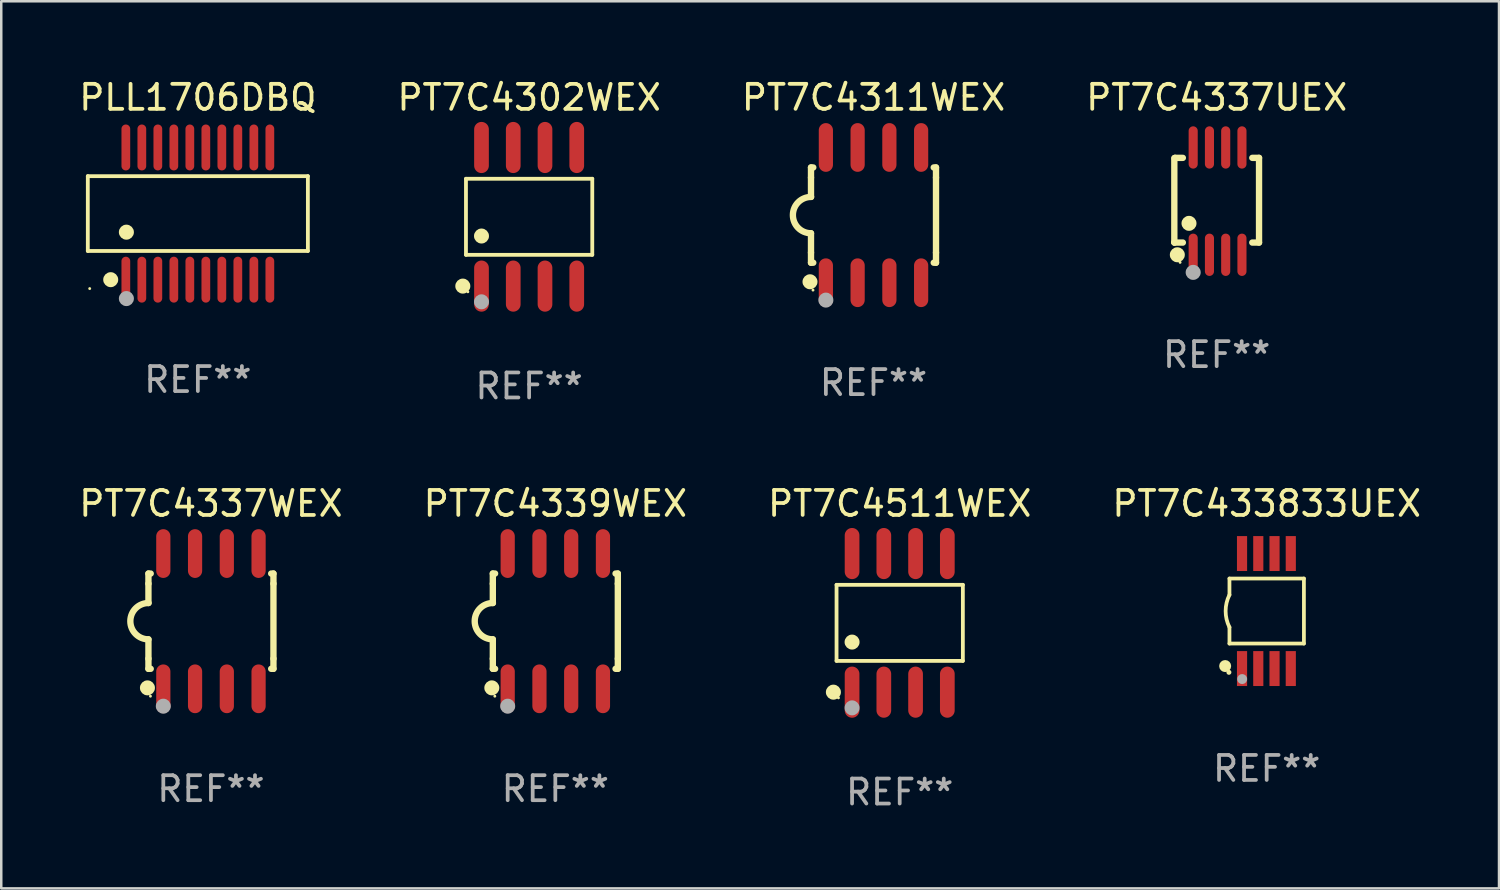
<source format=kicad_pcb>
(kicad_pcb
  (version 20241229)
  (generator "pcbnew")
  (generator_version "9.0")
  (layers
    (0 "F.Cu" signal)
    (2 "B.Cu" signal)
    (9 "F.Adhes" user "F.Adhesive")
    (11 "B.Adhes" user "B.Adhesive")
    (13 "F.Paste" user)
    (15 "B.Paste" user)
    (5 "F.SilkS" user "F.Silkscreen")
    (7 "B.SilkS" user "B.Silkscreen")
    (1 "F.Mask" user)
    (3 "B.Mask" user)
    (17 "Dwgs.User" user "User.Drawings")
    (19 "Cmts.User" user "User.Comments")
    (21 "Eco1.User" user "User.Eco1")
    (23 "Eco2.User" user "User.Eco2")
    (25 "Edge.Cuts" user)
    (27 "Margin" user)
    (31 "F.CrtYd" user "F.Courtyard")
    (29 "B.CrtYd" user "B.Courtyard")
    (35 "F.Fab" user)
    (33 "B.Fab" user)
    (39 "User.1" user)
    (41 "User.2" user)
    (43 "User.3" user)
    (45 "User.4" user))
  (footprint "PT7C4511WEX"
    (layer "F.Cu")
    (at 32.935 21.862)
    (property "Reference" "PT7C4511WEX" (at 0 -4.772 0) (layer "F.SilkS") (effects (font (size 1 1) (thickness 0.15))))
    (attr through_hole)
    (fp_line (start -2.526 -1.521) (end 2.526 -1.521) (stroke (width 0.152) (type solid)) (layer "F.SilkS"))
    (fp_line (start -2.526 1.521) (end -2.526 -1.521) (stroke (width 0.152) (type solid)) (layer "F.SilkS"))
    (fp_line (start 2.526 -1.521) (end 2.526 1.521) (stroke (width 0.152) (type solid)) (layer "F.SilkS"))
    (fp_line (start 2.526 1.521) (end -2.526 1.521) (stroke (width 0.152) (type solid)) (layer "F.SilkS"))
    (fp_circle (center -2.652 2.772) (end -2.501 2.772) (stroke (width 0.3) (type solid)) (fill no) (layer "F.SilkS"))
    (fp_circle (center -2.45 3) (end -2.42 3) (stroke (width 0.06) (type solid)) (fill no) (layer "F.SilkS"))
    (fp_circle (center -1.905 0.769) (end -1.755 0.769) (stroke (width 0.3) (type solid)) (fill no) (layer "F.SilkS"))
    (fp_circle (center -1.905 3.4) (end -1.755 3.4) (stroke (width 0.3) (type solid)) (fill no) (layer "F.Fab"))
    (fp_text user "REF**" (at 0 6.772 0) (layer "F.Fab") (effects (font (size 1 1) (thickness 0.15))))
    (pad "1" smd oval (at -1.905 2.772) (size 0.588 2.045) (layers "F.Cu" "F.Mask" "F.Paste"))
    (pad "2" smd oval (at -0.635 2.772) (size 0.588 2.045) (layers "F.Cu" "F.Mask" "F.Paste"))
    (pad "3" smd oval (at 0.635 2.772) (size 0.588 2.045) (layers "F.Cu" "F.Mask" "F.Paste"))
    (pad "4" smd oval (at 1.905 2.772) (size 0.588 2.045) (layers "F.Cu" "F.Mask" "F.Paste"))
    (pad "5" smd oval (at 1.905 -2.772) (size 0.588 2.045) (layers "F.Cu" "F.Mask" "F.Paste"))
    (pad "6" smd oval (at 0.635 -2.772) (size 0.588 2.045) (layers "F.Cu" "F.Mask" "F.Paste"))
    (pad "7" smd oval (at -0.635 -2.772) (size 0.588 2.045) (layers "F.Cu" "F.Mask" "F.Paste"))
    (pad "8" smd oval (at -1.905 -2.772) (size 0.588 2.045) (layers "F.Cu" "F.Mask" "F.Paste")))
  (footprint "PT7C433833UEX"
    (layer "F.Cu")
    (at 47.613 21.39)
    (property "Reference" "PT7C433833UEX" (at 0 -4.3 0) (layer "F.SilkS") (effects (font (size 1 1) (thickness 0.15))))
    (attr through_hole)
    (fp_line (start -1.489 -1.3) (end -1.489 -0.648) (stroke (width 0.15) (type solid)) (layer "F.SilkS"))
    (fp_line (start -1.489 0.648) (end -1.489 1.3) (stroke (width 0.15) (type solid)) (layer "F.SilkS"))
    (fp_line (start -1.489 1.3) (end 1.489 1.3) (stroke (width 0.15) (type solid)) (layer "F.SilkS"))
    (fp_line (start 1.489 -1.3) (end -1.489 -1.3) (stroke (width 0.15) (type solid)) (layer "F.SilkS"))
    (fp_line (start 1.489 1.3) (end 1.489 -1.3) (stroke (width 0.15) (type solid)) (layer "F.SilkS"))
    (fp_arc (start -1.489205 0.647702) (mid -1.642107 0) (end -1.489205 -0.647701) (stroke (width 0.150013) (type solid)) (layer "F.SilkS"))
    (fp_circle (center -1.661 2.2) (end -1.541 2.2) (stroke (width 0.24) (type solid)) (fill no) (layer "F.SilkS"))
    (fp_circle (center -1.511 2.45) (end -1.461 2.45) (stroke (width 0.1) (type solid)) (fill no) (layer "F.SilkS"))
    (fp_circle (center -0.981 2.72) (end -0.881 2.72) (stroke (width 0.2) (type solid)) (fill no) (layer "F.Fab"))
    (fp_text user "REF**" (at 0 6.3 0) (layer "F.Fab") (effects (font (size 1 1) (thickness 0.15))))
    (pad "1" smd rect (at -0.986 2.3) (size 0.406 1.397) (layers "F.Cu" "F.Mask" "F.Paste"))
    (pad "2" smd rect (at -0.336 2.3) (size 0.406 1.397) (layers "F.Cu" "F.Mask" "F.Paste"))
    (pad "3" smd rect (at 0.314 2.3) (size 0.406 1.397) (layers "F.Cu" "F.Mask" "F.Paste"))
    (pad "4" smd rect (at 0.964 2.3) (size 0.406 1.397) (layers "F.Cu" "F.Mask" "F.Paste"))
    (pad "5" smd rect (at 0.964 -2.3) (size 0.406 1.397) (layers "F.Cu" "F.Mask" "F.Paste"))
    (pad "6" smd rect (at 0.314 -2.3) (size 0.406 1.397) (layers "F.Cu" "F.Mask" "F.Paste"))
    (pad "7" smd rect (at -0.336 -2.3) (size 0.406 1.397) (layers "F.Cu" "F.Mask" "F.Paste"))
    (pad "8" smd rect (at -0.986 -2.3) (size 0.406 1.397) (layers "F.Cu" "F.Mask" "F.Paste")))
  (footprint "PT7C4337WEX"
    (layer "F.Cu")
    (at 5.387 21.795)
    (property "Reference" "PT7C4337WEX" (at 0 -4.705 0) (layer "F.SilkS") (effects (font (size 1 1) (thickness 0.15))))
    (attr through_hole)
    (fp_line (start -2.5 -1.905) (end -2.409 -1.905) (stroke (width 0.254) (type solid)) (layer "F.SilkS"))
    (fp_line (start -2.5 -1.5) (end -2.5 -1.905) (stroke (width 0.254) (type solid)) (layer "F.SilkS"))
    (fp_line (start -2.5 -1.5) (end -2.5 -0.726) (stroke (width 0.254) (type solid)) (layer "F.SilkS"))
    (fp_line (start -2.5 1.5) (end -2.5 0.727) (stroke (width 0.254) (type solid)) (layer "F.SilkS"))
    (fp_line (start -2.5 1.5) (end -2.5 1.905) (stroke (width 0.254) (type solid)) (layer "F.SilkS"))
    (fp_line (start -2.5 1.905) (end -2.409 1.905) (stroke (width 0.254) (type solid)) (layer "F.SilkS"))
    (fp_line (start 2.5 -1.905) (end 2.409 -1.905) (stroke (width 0.254) (type solid)) (layer "F.SilkS"))
    (fp_line (start 2.5 -1.5) (end 2.5 -1.905) (stroke (width 0.254) (type solid)) (layer "F.SilkS"))
    (fp_line (start 2.5 -1.5) (end 2.5 1.5) (stroke (width 0.254) (type solid)) (layer "F.SilkS"))
    (fp_line (start 2.5 1.5) (end 2.5 1.905) (stroke (width 0.254) (type solid)) (layer "F.SilkS"))
    (fp_line (start 2.5 1.905) (end 2.409 1.905) (stroke (width 0.254) (type solid)) (layer "F.SilkS"))
    (fp_arc (start -2.5 0.726568) (mid -3.220316 -0.0023) (end -2.495097 -0.726289) (stroke (width 0.254001) (type solid)) (layer "F.SilkS"))
    (fp_circle (center -2.54 2.667) (end -2.39 2.667) (stroke (width 0.3) (type solid)) (fill no) (layer "F.SilkS"))
    (fp_circle (center -2.42 3) (end -2.39 3) (stroke (width 0.06) (type solid)) (fill no) (layer "F.SilkS"))
    (fp_circle (center -1.905 3.4) (end -1.755 3.4) (stroke (width 0.3) (type solid)) (fill no) (layer "F.Fab"))
    (fp_text user "REF**" (at 0 6.705 0) (layer "F.Fab") (effects (font (size 1 1) (thickness 0.15))))
    (pad "1" smd oval (at -1.905 2.705) (size 0.568 1.95) (layers "F.Cu" "F.Mask" "F.Paste"))
    (pad "2" smd oval (at -0.635 2.705) (size 0.568 1.95) (layers "F.Cu" "F.Mask" "F.Paste"))
    (pad "3" smd oval (at 0.635 2.705) (size 0.568 1.95) (layers "F.Cu" "F.Mask" "F.Paste"))
    (pad "4" smd oval (at 1.905 2.705) (size 0.568 1.95) (layers "F.Cu" "F.Mask" "F.Paste"))
    (pad "5" smd oval (at 1.905 -2.705) (size 0.568 1.95) (layers "F.Cu" "F.Mask" "F.Paste"))
    (pad "6" smd oval (at 0.635 -2.705) (size 0.568 1.95) (layers "F.Cu" "F.Mask" "F.Paste"))
    (pad "7" smd oval (at -0.635 -2.705) (size 0.568 1.95) (layers "F.Cu" "F.Mask" "F.Paste"))
    (pad "8" smd oval (at -1.905 -2.705) (size 0.568 1.95) (layers "F.Cu" "F.Mask" "F.Paste")))
  (footprint "PLL1706DBQ"
    (layer "F.Cu")
    (at 4.863 5.492)
    (property "Reference" "PLL1706DBQ" (at 0 -4.644 0) (layer "F.SilkS") (effects (font (size 1 1) (thickness 0.15))))
    (attr through_hole)
    (fp_line (start -4.401 -1.497) (end 4.401 -1.497) (stroke (width 0.152) (type solid)) (layer "F.SilkS"))
    (fp_line (start -4.401 1.496) (end -4.401 -1.497) (stroke (width 0.152) (type solid)) (layer "F.SilkS"))
    (fp_line (start 4.401 -1.497) (end 4.401 1.496) (stroke (width 0.152) (type solid)) (layer "F.SilkS"))
    (fp_line (start 4.401 1.496) (end -4.401 1.496) (stroke (width 0.152) (type solid)) (layer "F.SilkS"))
    (fp_circle (center -4.325 3) (end -4.295 3) (stroke (width 0.06) (type solid)) (fill no) (layer "F.SilkS"))
    (fp_circle (center -3.485 2.644) (end -3.335 2.644) (stroke (width 0.3) (type solid)) (fill no) (layer "F.SilkS"))
    (fp_circle (center -2.858 0.744) (end -2.707 0.744) (stroke (width 0.3) (type solid)) (fill no) (layer "F.SilkS"))
    (fp_circle (center -2.858 3.4) (end -2.707 3.4) (stroke (width 0.3) (type solid)) (fill no) (layer "F.Fab"))
    (fp_text user "REF**" (at 0 6.644 0) (layer "F.Fab") (effects (font (size 1 1) (thickness 0.15))))
    (pad "1" smd oval (at -2.88 2.644) (size 0.35 1.837) (layers "F.Cu" "F.Mask" "F.Paste"))
    (pad "2" smd oval (at -2.24 2.644) (size 0.35 1.837) (layers "F.Cu" "F.Mask" "F.Paste"))
    (pad "3" smd oval (at -1.6 2.644) (size 0.35 1.837) (layers "F.Cu" "F.Mask" "F.Paste"))
    (pad "4" smd oval (at -0.96 2.644) (size 0.35 1.837) (layers "F.Cu" "F.Mask" "F.Paste"))
    (pad "5" smd oval (at -0.32 2.644) (size 0.35 1.837) (layers "F.Cu" "F.Mask" "F.Paste"))
    (pad "6" smd oval (at 0.32 2.644) (size 0.35 1.837) (layers "F.Cu" "F.Mask" "F.Paste"))
    (pad "7" smd oval (at 0.96 2.644) (size 0.35 1.837) (layers "F.Cu" "F.Mask" "F.Paste"))
    (pad "8" smd oval (at 1.6 2.644) (size 0.35 1.837) (layers "F.Cu" "F.Mask" "F.Paste"))
    (pad "9" smd oval (at 2.24 2.644) (size 0.35 1.837) (layers "F.Cu" "F.Mask" "F.Paste"))
    (pad "10" smd oval (at 2.88 2.644) (size 0.35 1.837) (layers "F.Cu" "F.Mask" "F.Paste"))
    (pad "11" smd oval (at 2.88 -2.644 180) (size 0.35 1.837) (layers "F.Cu" "F.Mask" "F.Paste"))
    (pad "12" smd oval (at 2.24 -2.644 180) (size 0.35 1.837) (layers "F.Cu" "F.Mask" "F.Paste"))
    (pad "13" smd oval (at 1.6 -2.644 180) (size 0.35 1.837) (layers "F.Cu" "F.Mask" "F.Paste"))
    (pad "14" smd oval (at 0.96 -2.644 180) (size 0.35 1.837) (layers "F.Cu" "F.Mask" "F.Paste"))
    (pad "15" smd oval (at 0.32 -2.644 180) (size 0.35 1.837) (layers "F.Cu" "F.Mask" "F.Paste"))
    (pad "16" smd oval (at -0.32 -2.644 180) (size 0.35 1.837) (layers "F.Cu" "F.Mask" "F.Paste"))
    (pad "17" smd oval (at -0.96 -2.644 180) (size 0.35 1.837) (layers "F.Cu" "F.Mask" "F.Paste"))
    (pad "18" smd oval (at -1.6 -2.644 180) (size 0.35 1.837) (layers "F.Cu" "F.Mask" "F.Paste"))
    (pad "19" smd oval (at -2.24 -2.644 180) (size 0.35 1.837) (layers "F.Cu" "F.Mask" "F.Paste"))
    (pad "20" smd oval (at -2.88 -2.644 180) (size 0.35 1.837) (layers "F.Cu" "F.Mask" "F.Paste")))
  (footprint "PT7C4311WEX"
    (layer "F.Cu")
    (at 31.887 5.553)
    (property "Reference" "PT7C4311WEX" (at 0 -4.705 0) (layer "F.SilkS") (effects (font (size 1 1) (thickness 0.15))))
    (attr through_hole)
    (fp_line (start -2.5 -1.905) (end -2.409 -1.905) (stroke (width 0.254) (type solid)) (layer "F.SilkS"))
    (fp_line (start -2.5 -1.5) (end -2.5 -1.905) (stroke (width 0.254) (type solid)) (layer "F.SilkS"))
    (fp_line (start -2.5 -1.5) (end -2.5 -0.726) (stroke (width 0.254) (type solid)) (layer "F.SilkS"))
    (fp_line (start -2.5 1.5) (end -2.5 0.727) (stroke (width 0.254) (type solid)) (layer "F.SilkS"))
    (fp_line (start -2.5 1.5) (end -2.5 1.905) (stroke (width 0.254) (type solid)) (layer "F.SilkS"))
    (fp_line (start -2.5 1.905) (end -2.409 1.905) (stroke (width 0.254) (type solid)) (layer "F.SilkS"))
    (fp_line (start 2.5 -1.905) (end 2.409 -1.905) (stroke (width 0.254) (type solid)) (layer "F.SilkS"))
    (fp_line (start 2.5 -1.5) (end 2.5 -1.905) (stroke (width 0.254) (type solid)) (layer "F.SilkS"))
    (fp_line (start 2.5 -1.5) (end 2.5 1.5) (stroke (width 0.254) (type solid)) (layer "F.SilkS"))
    (fp_line (start 2.5 1.5) (end 2.5 1.905) (stroke (width 0.254) (type solid)) (layer "F.SilkS"))
    (fp_line (start 2.5 1.905) (end 2.409 1.905) (stroke (width 0.254) (type solid)) (layer "F.SilkS"))
    (fp_arc (start -2.5 0.726568) (mid -3.220316 -0.0023) (end -2.495097 -0.726289) (stroke (width 0.254001) (type solid)) (layer "F.SilkS"))
    (fp_circle (center -2.54 2.667) (end -2.39 2.667) (stroke (width 0.3) (type solid)) (fill no) (layer "F.SilkS"))
    (fp_circle (center -2.42 3) (end -2.39 3) (stroke (width 0.06) (type solid)) (fill no) (layer "F.SilkS"))
    (fp_circle (center -1.905 3.4) (end -1.755 3.4) (stroke (width 0.3) (type solid)) (fill no) (layer "F.Fab"))
    (fp_text user "REF**" (at 0 6.705 0) (layer "F.Fab") (effects (font (size 1 1) (thickness 0.15))))
    (pad "1" smd oval (at -1.905 2.705) (size 0.568 1.95) (layers "F.Cu" "F.Mask" "F.Paste"))
    (pad "2" smd oval (at -0.635 2.705) (size 0.568 1.95) (layers "F.Cu" "F.Mask" "F.Paste"))
    (pad "3" smd oval (at 0.635 2.705) (size 0.568 1.95) (layers "F.Cu" "F.Mask" "F.Paste"))
    (pad "4" smd oval (at 1.905 2.705) (size 0.568 1.95) (layers "F.Cu" "F.Mask" "F.Paste"))
    (pad "5" smd oval (at 1.905 -2.705) (size 0.568 1.95) (layers "F.Cu" "F.Mask" "F.Paste"))
    (pad "6" smd oval (at 0.635 -2.705) (size 0.568 1.95) (layers "F.Cu" "F.Mask" "F.Paste"))
    (pad "7" smd oval (at -0.635 -2.705) (size 0.568 1.95) (layers "F.Cu" "F.Mask" "F.Paste"))
    (pad "8" smd oval (at -1.905 -2.705) (size 0.568 1.95) (layers "F.Cu" "F.Mask" "F.Paste")))
  (footprint "PT7C4339WEX"
    (layer "F.Cu")
    (at 19.161 21.795)
    (property "Reference" "PT7C4339WEX" (at 0 -4.705 0) (layer "F.SilkS") (effects (font (size 1 1) (thickness 0.15))))
    (attr through_hole)
    (fp_line (start -2.5 -1.905) (end -2.409 -1.905) (stroke (width 0.254) (type solid)) (layer "F.SilkS"))
    (fp_line (start -2.5 -1.5) (end -2.5 -1.905) (stroke (width 0.254) (type solid)) (layer "F.SilkS"))
    (fp_line (start -2.5 -1.5) (end -2.5 -0.726) (stroke (width 0.254) (type solid)) (layer "F.SilkS"))
    (fp_line (start -2.5 1.5) (end -2.5 0.727) (stroke (width 0.254) (type solid)) (layer "F.SilkS"))
    (fp_line (start -2.5 1.5) (end -2.5 1.905) (stroke (width 0.254) (type solid)) (layer "F.SilkS"))
    (fp_line (start -2.5 1.905) (end -2.409 1.905) (stroke (width 0.254) (type solid)) (layer "F.SilkS"))
    (fp_line (start 2.5 -1.905) (end 2.409 -1.905) (stroke (width 0.254) (type solid)) (layer "F.SilkS"))
    (fp_line (start 2.5 -1.5) (end 2.5 -1.905) (stroke (width 0.254) (type solid)) (layer "F.SilkS"))
    (fp_line (start 2.5 -1.5) (end 2.5 1.5) (stroke (width 0.254) (type solid)) (layer "F.SilkS"))
    (fp_line (start 2.5 1.5) (end 2.5 1.905) (stroke (width 0.254) (type solid)) (layer "F.SilkS"))
    (fp_line (start 2.5 1.905) (end 2.409 1.905) (stroke (width 0.254) (type solid)) (layer "F.SilkS"))
    (fp_arc (start -2.5 0.726568) (mid -3.220316 -0.0023) (end -2.495097 -0.726289) (stroke (width 0.254001) (type solid)) (layer "F.SilkS"))
    (fp_circle (center -2.54 2.667) (end -2.39 2.667) (stroke (width 0.3) (type solid)) (fill no) (layer "F.SilkS"))
    (fp_circle (center -2.42 3) (end -2.39 3) (stroke (width 0.06) (type solid)) (fill no) (layer "F.SilkS"))
    (fp_circle (center -1.905 3.4) (end -1.755 3.4) (stroke (width 0.3) (type solid)) (fill no) (layer "F.Fab"))
    (fp_text user "REF**" (at 0 6.705 0) (layer "F.Fab") (effects (font (size 1 1) (thickness 0.15))))
    (pad "1" smd oval (at -1.905 2.705) (size 0.568 1.95) (layers "F.Cu" "F.Mask" "F.Paste"))
    (pad "2" smd oval (at -0.635 2.705) (size 0.568 1.95) (layers "F.Cu" "F.Mask" "F.Paste"))
    (pad "3" smd oval (at 0.635 2.705) (size 0.568 1.95) (layers "F.Cu" "F.Mask" "F.Paste"))
    (pad "4" smd oval (at 1.905 2.705) (size 0.568 1.95) (layers "F.Cu" "F.Mask" "F.Paste"))
    (pad "5" smd oval (at 1.905 -2.705) (size 0.568 1.95) (layers "F.Cu" "F.Mask" "F.Paste"))
    (pad "6" smd oval (at 0.635 -2.705) (size 0.568 1.95) (layers "F.Cu" "F.Mask" "F.Paste"))
    (pad "7" smd oval (at -0.635 -2.705) (size 0.568 1.95) (layers "F.Cu" "F.Mask" "F.Paste"))
    (pad "8" smd oval (at -1.905 -2.705) (size 0.568 1.95) (layers "F.Cu" "F.Mask" "F.Paste")))
  (footprint "PT7C4302WEX"
    (layer "F.Cu")
    (at 18.113 5.621)
    (property "Reference" "PT7C4302WEX" (at 0 -4.772 0) (layer "F.SilkS") (effects (font (size 1 1) (thickness 0.15))))
    (attr through_hole)
    (fp_line (start -2.526 -1.521) (end 2.526 -1.521) (stroke (width 0.152) (type solid)) (layer "F.SilkS"))
    (fp_line (start -2.526 1.521) (end -2.526 -1.521) (stroke (width 0.152) (type solid)) (layer "F.SilkS"))
    (fp_line (start 2.526 -1.521) (end 2.526 1.521) (stroke (width 0.152) (type solid)) (layer "F.SilkS"))
    (fp_line (start 2.526 1.521) (end -2.526 1.521) (stroke (width 0.152) (type solid)) (layer "F.SilkS"))
    (fp_circle (center -2.652 2.772) (end -2.501 2.772) (stroke (width 0.3) (type solid)) (fill no) (layer "F.SilkS"))
    (fp_circle (center -2.45 3) (end -2.42 3) (stroke (width 0.06) (type solid)) (fill no) (layer "F.SilkS"))
    (fp_circle (center -1.905 0.769) (end -1.755 0.769) (stroke (width 0.3) (type solid)) (fill no) (layer "F.SilkS"))
    (fp_circle (center -1.905 3.4) (end -1.755 3.4) (stroke (width 0.3) (type solid)) (fill no) (layer "F.Fab"))
    (fp_text user "REF**" (at 0 6.772 0) (layer "F.Fab") (effects (font (size 1 1) (thickness 0.15))))
    (pad "1" smd oval (at -1.905 2.772) (size 0.588 2.045) (layers "F.Cu" "F.Mask" "F.Paste"))
    (pad "2" smd oval (at -0.635 2.772) (size 0.588 2.045) (layers "F.Cu" "F.Mask" "F.Paste"))
    (pad "3" smd oval (at 0.635 2.772) (size 0.588 2.045) (layers "F.Cu" "F.Mask" "F.Paste"))
    (pad "4" smd oval (at 1.905 2.772) (size 0.588 2.045) (layers "F.Cu" "F.Mask" "F.Paste"))
    (pad "5" smd oval (at 1.905 -2.772) (size 0.588 2.045) (layers "F.Cu" "F.Mask" "F.Paste"))
    (pad "6" smd oval (at 0.635 -2.772) (size 0.588 2.045) (layers "F.Cu" "F.Mask" "F.Paste"))
    (pad "7" smd oval (at -0.635 -2.772) (size 0.588 2.045) (layers "F.Cu" "F.Mask" "F.Paste"))
    (pad "8" smd oval (at -1.905 -2.772) (size 0.588 2.045) (layers "F.Cu" "F.Mask" "F.Paste")))
  (footprint "PT7C4337UEX"
    (layer "F.Cu")
    (at 45.613 4.994)
    (property "Reference" "PT7C4337UEX" (at 0 -4.146 0) (layer "F.SilkS") (effects (font (size 1 1) (thickness 0.15))))
    (attr through_hole)
    (fp_line (start -1.694 -1.724) (end -1.694 1.652) (stroke (width 0.254) (type solid)) (layer "F.SilkS"))
    (fp_line (start -1.694 1.652) (end -1.688 1.658) (stroke (width 0.254) (type solid)) (layer "F.SilkS"))
    (fp_line (start -1.688 1.658) (end -1.353 1.658) (stroke (width 0.254) (type solid)) (layer "F.SilkS"))
    (fp_line (start -1.661 -1.73) (end -1.681 -1.71) (stroke (width 0.254) (type solid)) (layer "F.SilkS"))
    (fp_line (start -1.353 -1.73) (end -1.661 -1.73) (stroke (width 0.254) (type solid)) (layer "F.SilkS"))
    (fp_line (start 1.424 1.658) (end 1.694 1.658) (stroke (width 0.254) (type solid)) (layer "F.SilkS"))
    (fp_line (start 1.694 -1.73) (end 1.424 -1.73) (stroke (width 0.254) (type solid)) (layer "F.SilkS"))
    (fp_line (start 1.694 1.658) (end 1.694 -1.73) (stroke (width 0.254) (type solid)) (layer "F.SilkS"))
    (fp_circle (center -1.574 2.146) (end -1.424 2.146) (stroke (width 0.3) (type solid)) (fill no) (layer "F.SilkS"))
    (fp_circle (center -1.464 2.45) (end -1.434 2.45) (stroke (width 0.06) (type solid)) (fill no) (layer "F.SilkS"))
    (fp_circle (center -1.107 0.889) (end -0.957 0.889) (stroke (width 0.3) (type solid)) (fill no) (layer "F.SilkS"))
    (fp_circle (center -0.94 2.85) (end -0.789 2.85) (stroke (width 0.3) (type solid)) (fill no) (layer "F.Fab"))
    (fp_text user "REF**" (at 0 6.146 0) (layer "F.Fab") (effects (font (size 1 1) (thickness 0.15))))
    (pad "1" smd oval (at -0.94 2.146) (size 0.364 1.692) (layers "F.Cu" "F.Mask" "F.Paste"))
    (pad "2" smd oval (at -0.289 2.146) (size 0.364 1.692) (layers "F.Cu" "F.Mask" "F.Paste"))
    (pad "3" smd oval (at 0.361 2.146) (size 0.364 1.692) (layers "F.Cu" "F.Mask" "F.Paste"))
    (pad "4" smd oval (at 1.011 2.146) (size 0.364 1.692) (layers "F.Cu" "F.Mask" "F.Paste"))
    (pad "5" smd oval (at 1.011 -2.146) (size 0.364 1.692) (layers "F.Cu" "F.Mask" "F.Paste"))
    (pad "6" smd oval (at 0.361 -2.146) (size 0.364 1.692) (layers "F.Cu" "F.Mask" "F.Paste"))
    (pad "7" smd oval (at -0.289 -2.146) (size 0.364 1.692) (layers "F.Cu" "F.Mask" "F.Paste"))
    (pad "8" smd oval (at -0.94 -2.146) (size 0.364 1.692) (layers "F.Cu" "F.Mask" "F.Paste")))
  (gr_rect
    (start -3 -3)
    (end 56.905 32.483)
    (stroke (width 0.1) (type default))
    (fill no)
    (layer "Edge.Cuts")))
</source>
